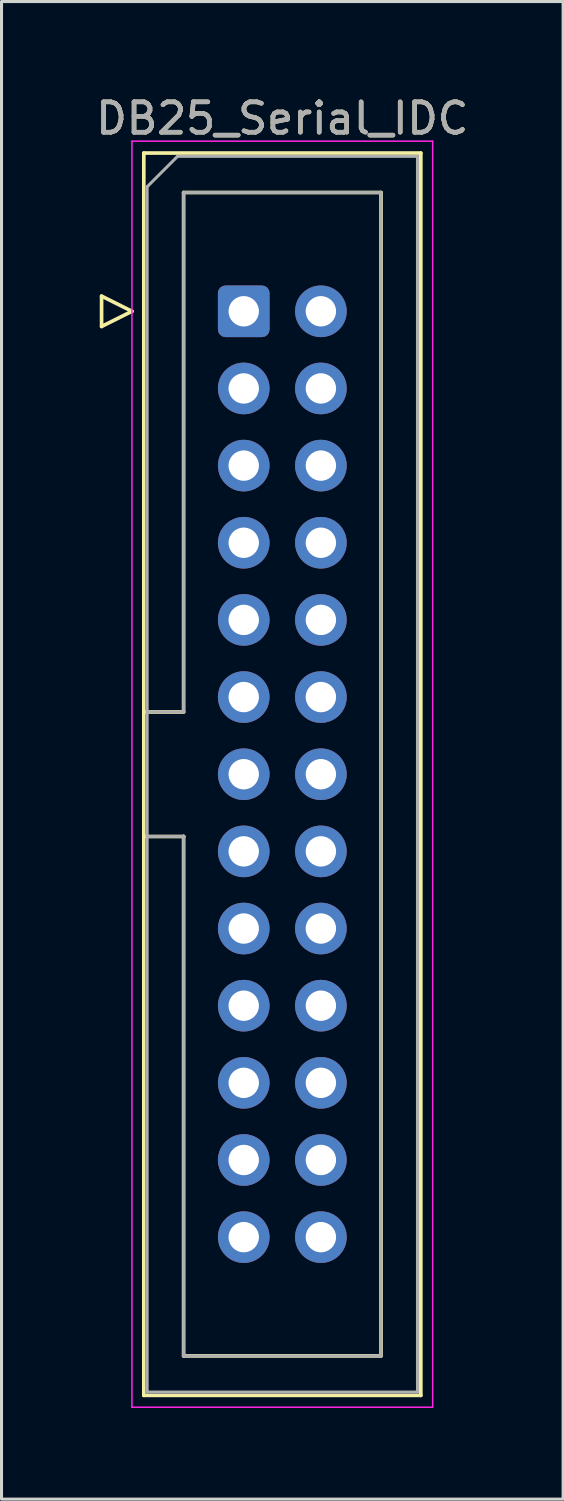
<source format=kicad_pcb>
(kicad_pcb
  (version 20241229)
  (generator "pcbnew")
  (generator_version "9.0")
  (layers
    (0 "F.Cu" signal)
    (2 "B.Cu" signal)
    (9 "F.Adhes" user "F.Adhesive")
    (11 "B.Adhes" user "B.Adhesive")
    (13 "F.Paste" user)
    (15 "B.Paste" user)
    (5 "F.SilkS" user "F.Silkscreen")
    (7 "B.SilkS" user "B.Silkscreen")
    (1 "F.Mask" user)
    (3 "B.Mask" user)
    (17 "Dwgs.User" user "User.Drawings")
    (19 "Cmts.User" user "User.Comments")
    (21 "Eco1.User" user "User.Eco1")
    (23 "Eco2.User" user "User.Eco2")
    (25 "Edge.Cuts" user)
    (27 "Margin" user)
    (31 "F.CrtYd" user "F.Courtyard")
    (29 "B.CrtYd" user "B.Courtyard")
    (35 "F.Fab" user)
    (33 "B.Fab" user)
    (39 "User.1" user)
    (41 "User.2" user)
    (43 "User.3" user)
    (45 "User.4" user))
  (footprint "DB25_Serial_IDC"
    (layer "F.Cu")
    (at 4.974 7.198)
    (property "Reference" "DB25_Serial_IDC" (at 1.27 -6.35 180) (layer "F.SilkS") (effects (font (size 1 1) (thickness 0.15))))
    (attr through_hole)
    (fp_line (start -4.68 -0.5) (end -4.68 0.5) (stroke (width 0.12) (type solid)) (layer "F.SilkS"))
    (fp_line (start -4.68 0.5) (end -3.68 0) (stroke (width 0.12) (type solid)) (layer "F.SilkS"))
    (fp_line (start -3.68 0) (end -4.68 -0.5) (stroke (width 0.12) (type solid)) (layer "F.SilkS"))
    (fp_line (start -3.29 -5.21) (end 5.83 -5.21) (stroke (width 0.12) (type solid)) (layer "F.SilkS"))
    (fp_line (start -3.29 13.19) (end -1.98 13.19) (stroke (width 0.12) (type solid)) (layer "F.SilkS"))
    (fp_line (start -3.29 35.69) (end -3.29 -5.21) (stroke (width 0.12) (type solid)) (layer "F.SilkS"))
    (fp_line (start -1.98 -3.91) (end 4.52 -3.91) (stroke (width 0.12) (type solid)) (layer "F.SilkS"))
    (fp_line (start -1.98 13.19) (end -1.98 -3.91) (stroke (width 0.12) (type solid)) (layer "F.SilkS"))
    (fp_line (start -1.98 17.29) (end -3.29 17.29) (stroke (width 0.12) (type solid)) (layer "F.SilkS"))
    (fp_line (start -1.98 17.29) (end -1.98 17.29) (stroke (width 0.12) (type solid)) (layer "F.SilkS"))
    (fp_line (start -1.98 34.39) (end -1.98 17.29) (stroke (width 0.12) (type solid)) (layer "F.SilkS"))
    (fp_line (start 4.52 -3.91) (end 4.52 34.39) (stroke (width 0.12) (type solid)) (layer "F.SilkS"))
    (fp_line (start 4.52 34.39) (end -1.98 34.39) (stroke (width 0.12) (type solid)) (layer "F.SilkS"))
    (fp_line (start 5.83 -5.21) (end 5.83 35.69) (stroke (width 0.12) (type solid)) (layer "F.SilkS"))
    (fp_line (start 5.83 35.69) (end -3.29 35.69) (stroke (width 0.12) (type solid)) (layer "F.SilkS"))
    (fp_line (start -3.68 -5.6) (end -3.68 36.08) (stroke (width 0.05) (type solid)) (layer "F.CrtYd"))
    (fp_line (start -3.68 36.08) (end 6.22 36.08) (stroke (width 0.05) (type solid)) (layer "F.CrtYd"))
    (fp_line (start 6.22 -5.6) (end -3.68 -5.6) (stroke (width 0.05) (type solid)) (layer "F.CrtYd"))
    (fp_line (start 6.22 36.08) (end 6.22 -5.6) (stroke (width 0.05) (type solid)) (layer "F.CrtYd"))
    (fp_line (start -3.18 -4.1) (end -2.18 -5.1) (stroke (width 0.1) (type solid)) (layer "F.Fab"))
    (fp_line (start -3.18 13.19) (end -1.98 13.19) (stroke (width 0.1) (type solid)) (layer "F.Fab"))
    (fp_line (start -3.18 35.58) (end -3.18 -4.1) (stroke (width 0.1) (type solid)) (layer "F.Fab"))
    (fp_line (start -2.18 -5.1) (end 5.72 -5.1) (stroke (width 0.1) (type solid)) (layer "F.Fab"))
    (fp_line (start -1.98 -3.91) (end 4.52 -3.91) (stroke (width 0.1) (type solid)) (layer "F.Fab"))
    (fp_line (start -1.98 13.19) (end -1.98 -3.91) (stroke (width 0.1) (type solid)) (layer "F.Fab"))
    (fp_line (start -1.98 17.29) (end -3.18 17.29) (stroke (width 0.1) (type solid)) (layer "F.Fab"))
    (fp_line (start -1.98 17.29) (end -1.98 17.29) (stroke (width 0.1) (type solid)) (layer "F.Fab"))
    (fp_line (start -1.98 34.39) (end -1.98 17.29) (stroke (width 0.1) (type solid)) (layer "F.Fab"))
    (fp_line (start 4.52 -3.91) (end 4.52 34.39) (stroke (width 0.1) (type solid)) (layer "F.Fab"))
    (fp_line (start 4.52 34.39) (end -1.98 34.39) (stroke (width 0.1) (type solid)) (layer "F.Fab"))
    (fp_line (start 5.72 -5.1) (end 5.72 35.58) (stroke (width 0.1) (type solid)) (layer "F.Fab"))
    (fp_line (start 5.72 35.58) (end -3.18 35.58) (stroke (width 0.1) (type solid)) (layer "F.Fab"))
    (fp_text user "${REFERENCE}" (at 1.27 -6.35 180) (layer "F.Fab") (effects (font (size 1 1) (thickness 0.15))))
    (pad "1" thru_hole roundrect (at 0 0) (size 1.7 1.7) (drill 1) (layers "*.Cu" "*.Mask") (roundrect_rratio 0.147))
    (pad "2" thru_hole circle (at 0 2.54) (size 1.7 1.7) (drill 1) (layers "*.Cu" "*.Mask"))
    (pad "3" thru_hole circle (at 0 5.08) (size 1.7 1.7) (drill 1) (layers "*.Cu" "*.Mask"))
    (pad "4" thru_hole circle (at 0 7.62) (size 1.7 1.7) (drill 1) (layers "*.Cu" "*.Mask"))
    (pad "5" thru_hole circle (at 0 10.16) (size 1.7 1.7) (drill 1) (layers "*.Cu" "*.Mask"))
    (pad "6" thru_hole circle (at 0 12.7) (size 1.7 1.7) (drill 1) (layers "*.Cu" "*.Mask"))
    (pad "7" thru_hole circle (at 0 15.24) (size 1.7 1.7) (drill 1) (layers "*.Cu" "*.Mask"))
    (pad "8" thru_hole circle (at 0 17.78) (size 1.7 1.7) (drill 1) (layers "*.Cu" "*.Mask"))
    (pad "9" thru_hole circle (at 0 20.32) (size 1.7 1.7) (drill 1) (layers "*.Cu" "*.Mask"))
    (pad "10" thru_hole circle (at 0 22.86) (size 1.7 1.7) (drill 1) (layers "*.Cu" "*.Mask"))
    (pad "11" thru_hole circle (at 0 25.4) (size 1.7 1.7) (drill 1) (layers "*.Cu" "*.Mask"))
    (pad "12" thru_hole circle (at 0 27.94) (size 1.7 1.7) (drill 1) (layers "*.Cu" "*.Mask"))
    (pad "13" thru_hole circle (at 0 30.48) (size 1.7 1.7) (drill 1) (layers "*.Cu" "*.Mask"))
    (pad "14" thru_hole circle (at 2.54 0) (size 1.7 1.7) (drill 1) (layers "*.Cu" "*.Mask"))
    (pad "15" thru_hole circle (at 2.54 2.54) (size 1.7 1.7) (drill 1) (layers "*.Cu" "*.Mask"))
    (pad "16" thru_hole circle (at 2.54 5.08) (size 1.7 1.7) (drill 1) (layers "*.Cu" "*.Mask"))
    (pad "17" thru_hole circle (at 2.54 7.62) (size 1.7 1.7) (drill 1) (layers "*.Cu" "*.Mask"))
    (pad "18" thru_hole circle (at 2.54 10.16) (size 1.7 1.7) (drill 1) (layers "*.Cu" "*.Mask"))
    (pad "19" thru_hole circle (at 2.54 12.7) (size 1.7 1.7) (drill 1) (layers "*.Cu" "*.Mask"))
    (pad "20" thru_hole circle (at 2.54 15.24) (size 1.7 1.7) (drill 1) (layers "*.Cu" "*.Mask"))
    (pad "21" thru_hole circle (at 2.54 17.78) (size 1.7 1.7) (drill 1) (layers "*.Cu" "*.Mask"))
    (pad "22" thru_hole circle (at 2.54 20.32) (size 1.7 1.7) (drill 1) (layers "*.Cu" "*.Mask"))
    (pad "23" thru_hole circle (at 2.54 22.86) (size 1.7 1.7) (drill 1) (layers "*.Cu" "*.Mask"))
    (pad "24" thru_hole circle (at 2.54 25.4) (size 1.7 1.7) (drill 1) (layers "*.Cu" "*.Mask"))
    (pad "25" thru_hole circle (at 2.54 27.94) (size 1.7 1.7) (drill 1) (layers "*.Cu" "*.Mask"))
    (pad "26" thru_hole circle (at 2.54 30.48) (size 1.7 1.7) (drill 1) (layers "*.Cu" "*.Mask")))
  (gr_rect
    (start -3 -3)
    (end 15.488 46.303)
    (stroke (width 0.1) (type default))
    (fill no)
    (layer "Edge.Cuts")))
</source>
